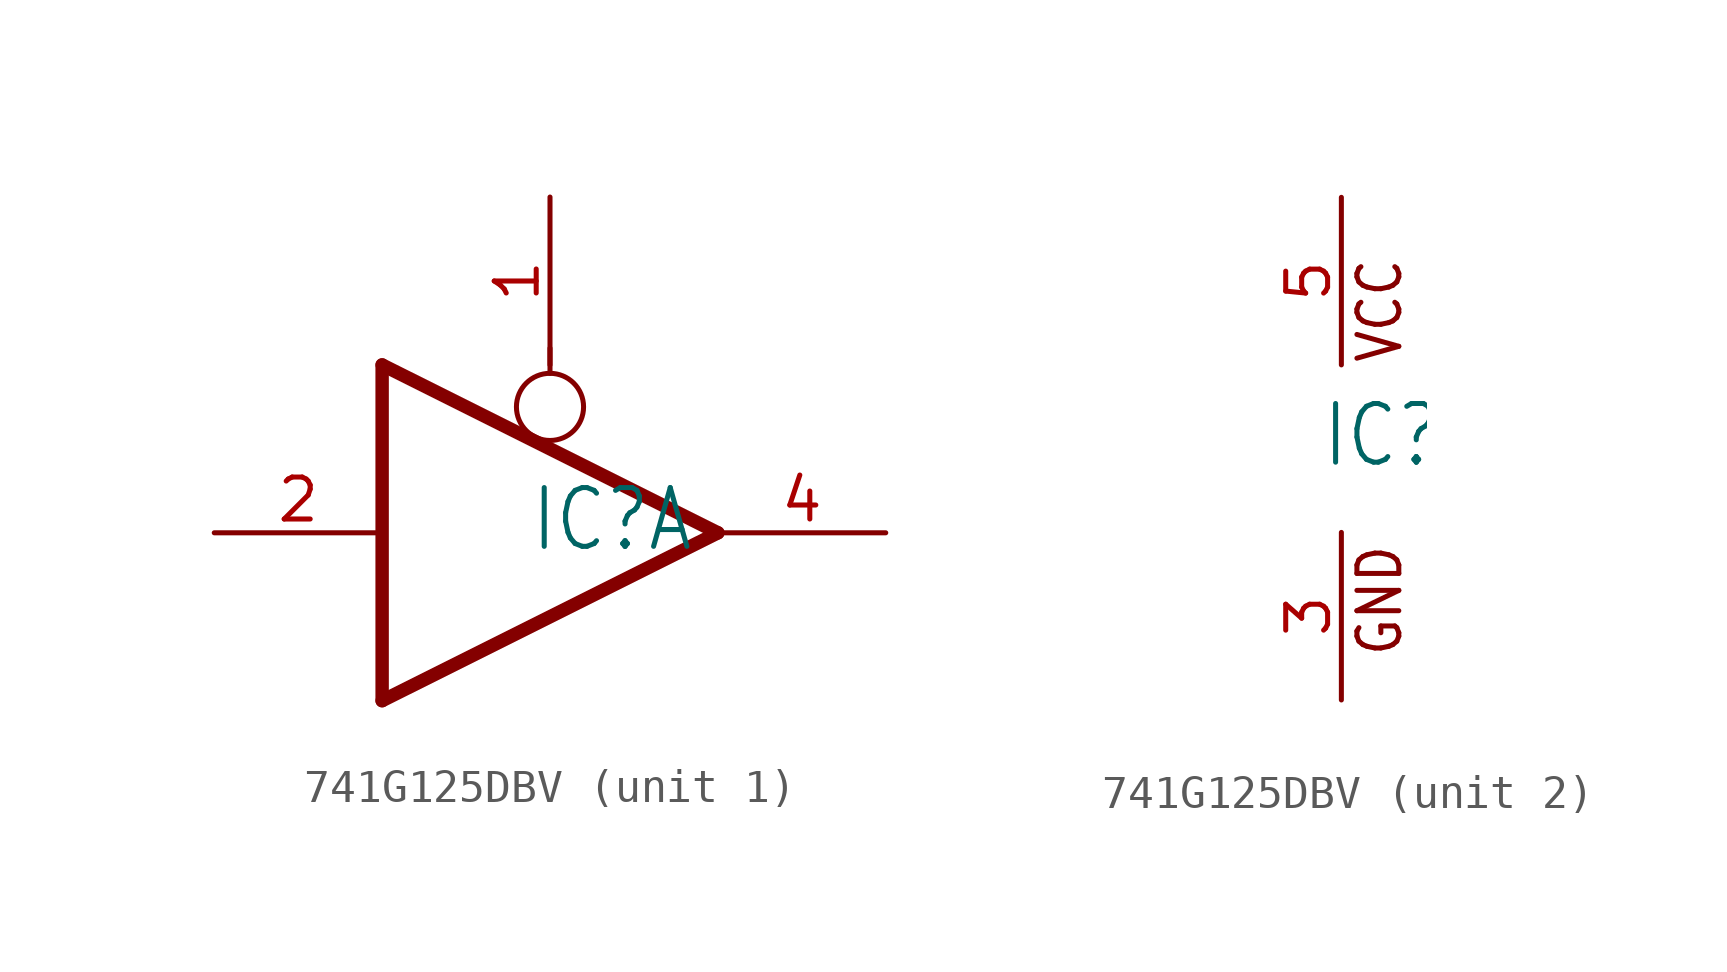
<source format=kicad_sym>
(kicad_symbol_lib
  (version 20211014)
  (generator kicad_symbol_editor)
  (symbol "741G125DBV"
    (property "Reference" "IC"
      (at -0.635 -0.635 0)
      (effects (font (size 1.778 1.511)) (justify left bottom)))
    (property "ki_locked" ""
      (at 0 0 0)
      (effects (font (size 1.27 1.27))))
    (symbol "741G125DBV_1_0"
      (polyline (pts (xy -5.08 -5.08) (xy -5.08 5.08)) (stroke (width 0.406) (type default) (color 0 0 0 0)) (fill (type none)))
      (polyline (pts (xy 0 4.826) (xy 0 5.588)) (stroke (width 0.152) (type default) (color 0 0 0 0)) (fill (type none)))
      (polyline (pts (xy 5.08 0) (xy -5.08 -5.08)) (stroke (width 0.406) (type default) (color 0 0 0 0)) (fill (type none)))
      (polyline (pts (xy 5.08 0) (xy -5.08 5.08)) (stroke (width 0.406) (type default) (color 0 0 0 0)) (fill (type none)))
      (circle (center 0 3.81) (radius 1.016) (stroke (width 0.152) (type default) (color 0 0 0 0)) (fill (type none)))
      (pin input line (at 0 10.16 270) (length 5.08) (name "OE" (effects (font (size 0 0)))) (number "1" (effects (font (size 1.27 1.27)))))
      (pin input line (at -10.16 0 0) (length 5.08) (name "I" (effects (font (size 0 0)))) (number "2" (effects (font (size 1.27 1.27)))))
      (pin tri_state line (at 10.16 0 180) (length 5.08) (name "O" (effects (font (size 0 0)))) (number "4" (effects (font (size 1.27 1.27))))))
    (symbol "741G125DBV_2_0"
      (text "GND" (at 1.905 -6.35 900) (effects (font (size 1.27 1.079)) (justify left bottom)))
      (text "VCC" (at 1.905 2.54 900) (effects (font (size 1.27 1.079)) (justify left bottom)))
      (pin power_in line (at 0 -7.62 90) (length 5.08) (name "GND" (effects (font (size 0 0)))) (number "3" (effects (font (size 1.27 1.27)))))
      (pin power_in line (at 0 7.62 270) (length 5.08) (name "VCC" (effects (font (size 0 0)))) (number "5" (effects (font (size 1.27 1.27))))))))
</source>
